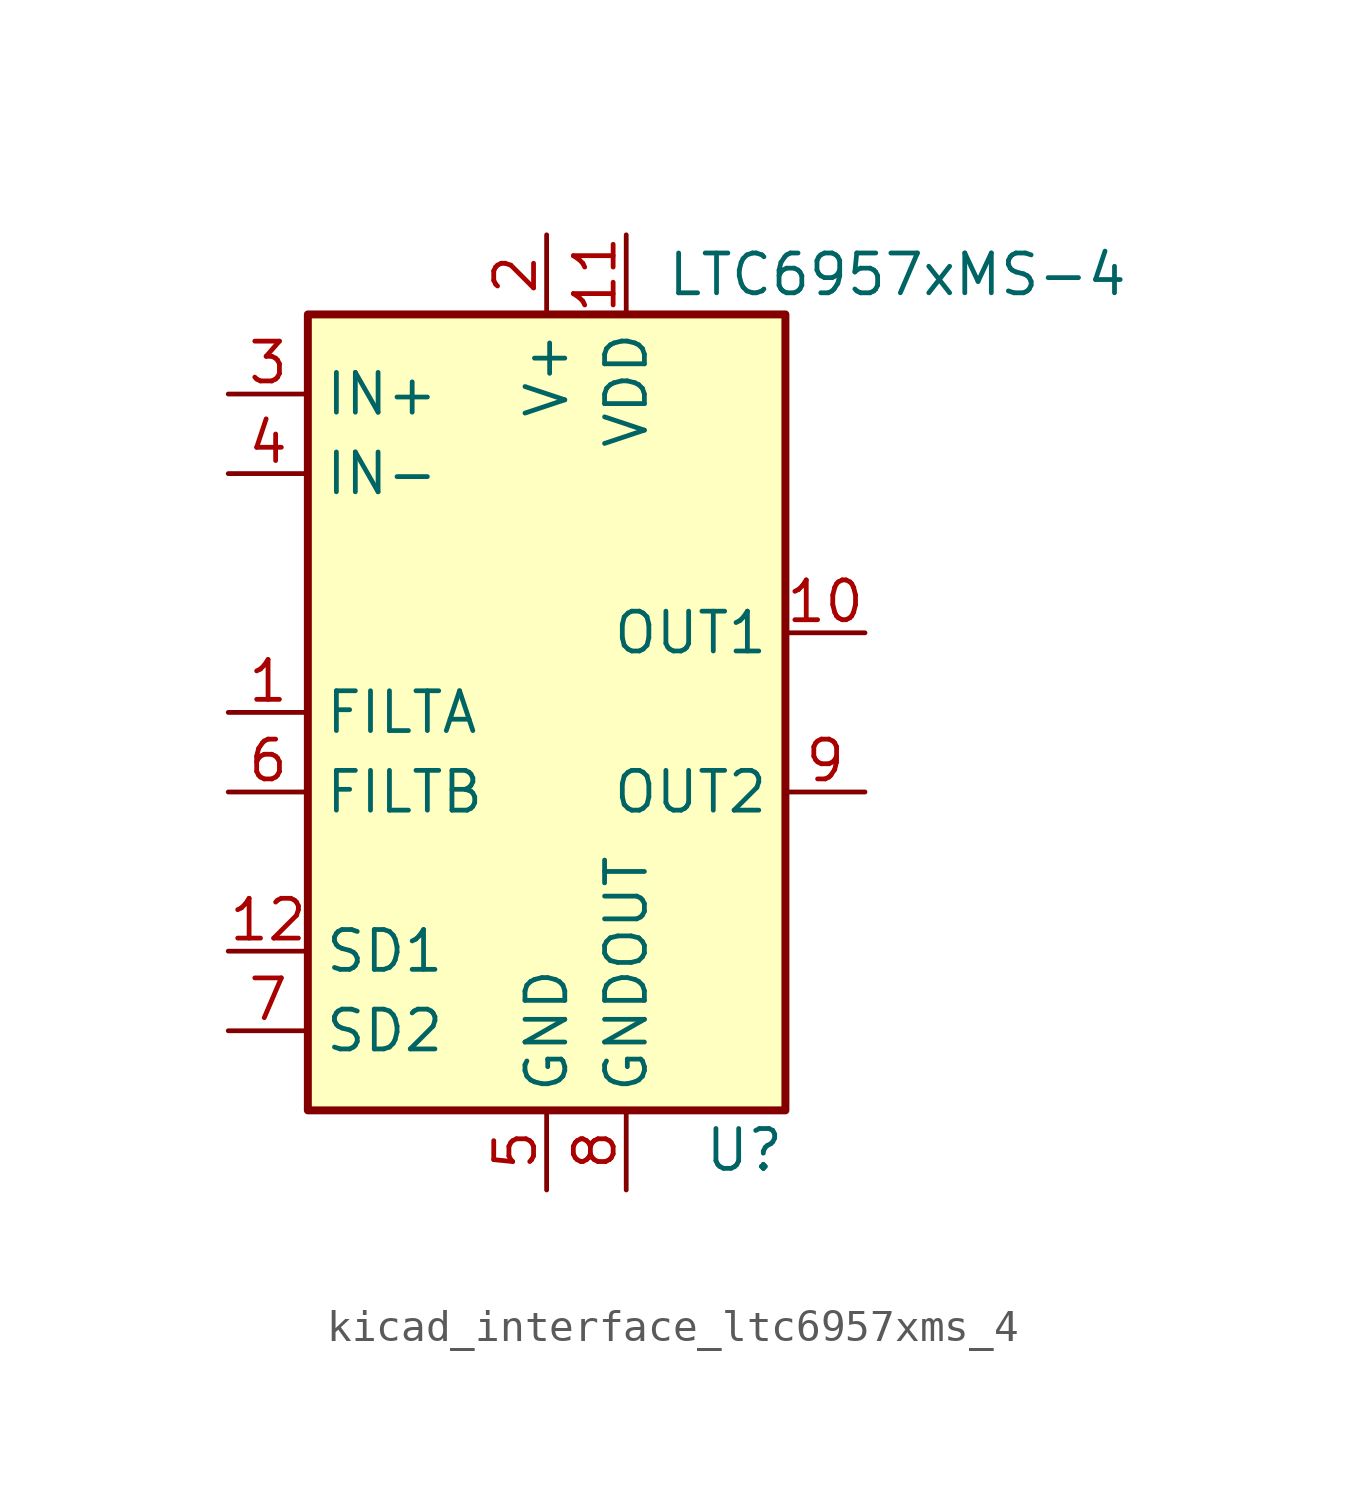
<source format=kicad_sym>
(kicad_symbol_lib
  (version 20220914)
  (generator kicad_symbol_editor)
  (symbol "kicad_interface_ltc6957xms_4"
    (property "Reference" "U"
      (at 7.62 -13.97 0)
      (effects (font (size 1.27 1.27)) (justify right)))
    (property "Value" "LTC6957xMS-4"
      (at 3.81 13.97 0)
      (effects (font (size 1.27 1.27)) (justify left)))
    (symbol "kicad_interface_ltc6957xms_4_0_1"
      (rectangle (start -7.62 12.7) (end 7.62 -12.7) (stroke (width 0.254) (type default)) (fill (type background))))
    (symbol "kicad_interface_ltc6957xms_4_1_1"
      (pin input line (at -10.16 0 0) (length 2.54) (name "FILTA" (effects (font (size 1.27 1.27)))) (number "1" (effects (font (size 1.27 1.27)))))
      (pin output line (at 10.16 2.54 180) (length 2.54) (name "OUT1" (effects (font (size 1.27 1.27)))) (number "10" (effects (font (size 1.27 1.27)))))
      (pin power_in line (at 2.54 15.24 270) (length 2.54) (name "VDD" (effects (font (size 1.27 1.27)))) (number "11" (effects (font (size 1.27 1.27)))))
      (pin input line (at -10.16 -7.62 0) (length 2.54) (name "SD1" (effects (font (size 1.27 1.27)))) (number "12" (effects (font (size 1.27 1.27)))))
      (pin power_in line (at 0 15.24 270) (length 2.54) (name "V+" (effects (font (size 1.27 1.27)))) (number "2" (effects (font (size 1.27 1.27)))))
      (pin input line (at -10.16 10.16 0) (length 2.54) (name "IN+" (effects (font (size 1.27 1.27)))) (number "3" (effects (font (size 1.27 1.27)))))
      (pin input line (at -10.16 7.62 0) (length 2.54) (name "IN-" (effects (font (size 1.27 1.27)))) (number "4" (effects (font (size 1.27 1.27)))))
      (pin power_in line (at 0 -15.24 90) (length 2.54) (name "GND" (effects (font (size 1.27 1.27)))) (number "5" (effects (font (size 1.27 1.27)))))
      (pin input line (at -10.16 -2.54 0) (length 2.54) (name "FILTB" (effects (font (size 1.27 1.27)))) (number "6" (effects (font (size 1.27 1.27)))))
      (pin input line (at -10.16 -10.16 0) (length 2.54) (name "SD2" (effects (font (size 1.27 1.27)))) (number "7" (effects (font (size 1.27 1.27)))))
      (pin output line (at 2.54 -15.24 90) (length 2.54) (name "GNDOUT" (effects (font (size 1.27 1.27)))) (number "8" (effects (font (size 1.27 1.27)))))
      (pin output line (at 10.16 -2.54 180) (length 2.54) (name "OUT2" (effects (font (size 1.27 1.27)))) (number "9" (effects (font (size 1.27 1.27))))))))
</source>
